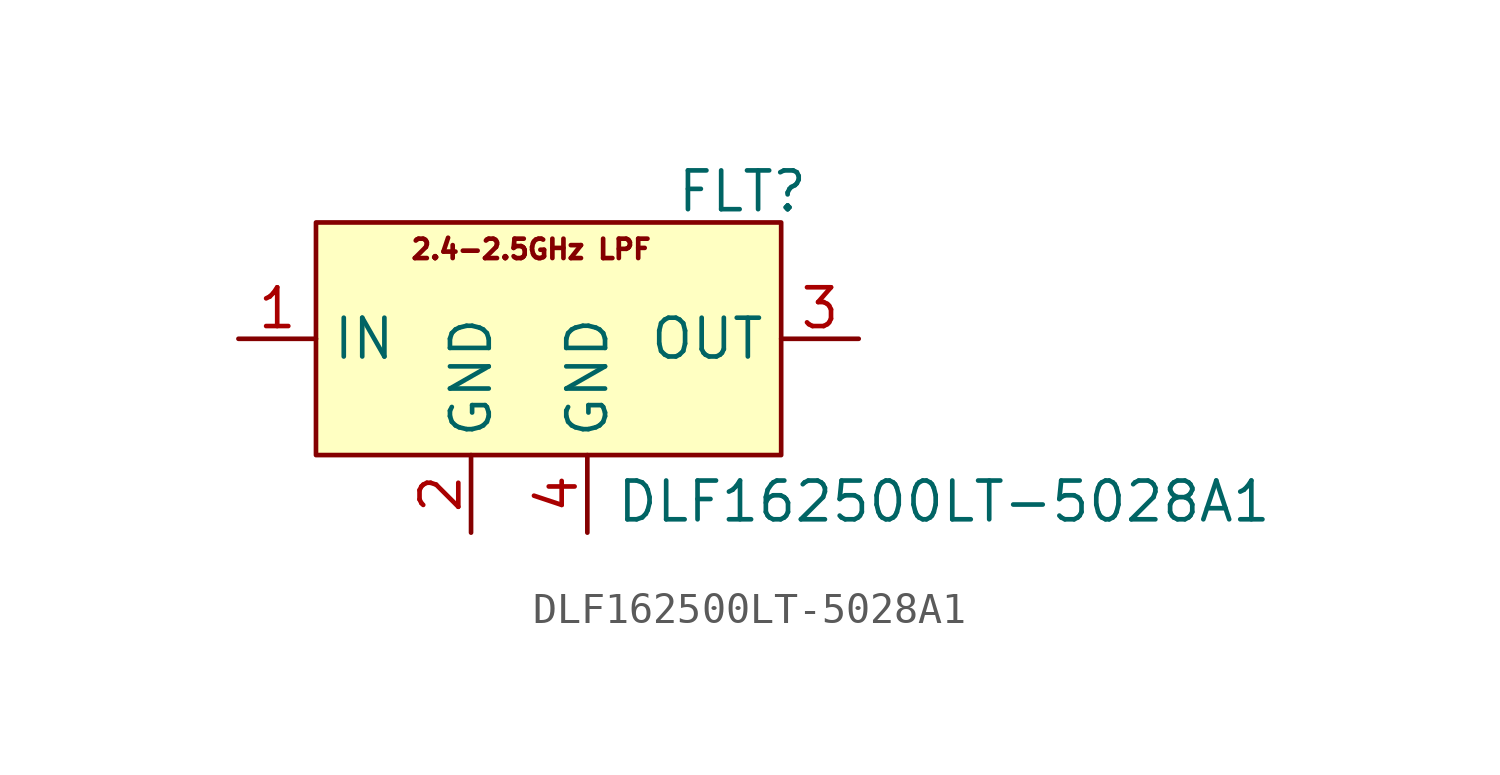
<source format=kicad_sym>
(kicad_symbol_lib
  (version 20231120)
  (generator "kicad_symbol_editor")
  (generator_version "8.0")
  (symbol "DLF162500LT-5028A1"
    (property "Reference" "FLT"
      (at 6.35 4.826 0)
      (effects (font (size 1.27 1.27))))
    (property "Value" "DLF162500LT-5028A1"
      (at 12.954 -5.334 0)
      (effects (font (size 1.27 1.27))))
    (symbol "DLF162500LT-5028A1_0_0"
      (pin passive line (at -10.16 0 0) (length 2.54) (name "IN" (effects (font (size 1.27 1.27)))) (number "1" (effects (font (size 1.27 1.27)))))
      (pin passive line (at -2.54 -6.35 90) (length 2.54) (name "GND" (effects (font (size 1.27 1.27)))) (number "2" (effects (font (size 1.27 1.27)))))
      (pin passive line (at 10.16 0 180) (length 2.54) (name "OUT" (effects (font (size 1.27 1.27)))) (number "3" (effects (font (size 1.27 1.27)))))
      (pin passive line (at 1.27 -6.35 90) (length 2.54) (name "GND" (effects (font (size 1.27 1.27)))) (number "4" (effects (font (size 1.27 1.27))))))
    (symbol "DLF162500LT-5028A1_1_1"
      (rectangle (start -7.62 3.81) (end 7.62 -3.81) (stroke (width 0) (type default)) (fill (type background)))
      (text_box "2.4-2.5GHz LPF" (at -5.08 3.81 0) (size 12.7 -2.54) (stroke (width -0.0001) (type default)) (fill (type none)) (effects (font (size 0.635 0.635)) (justify left top))))))
</source>
